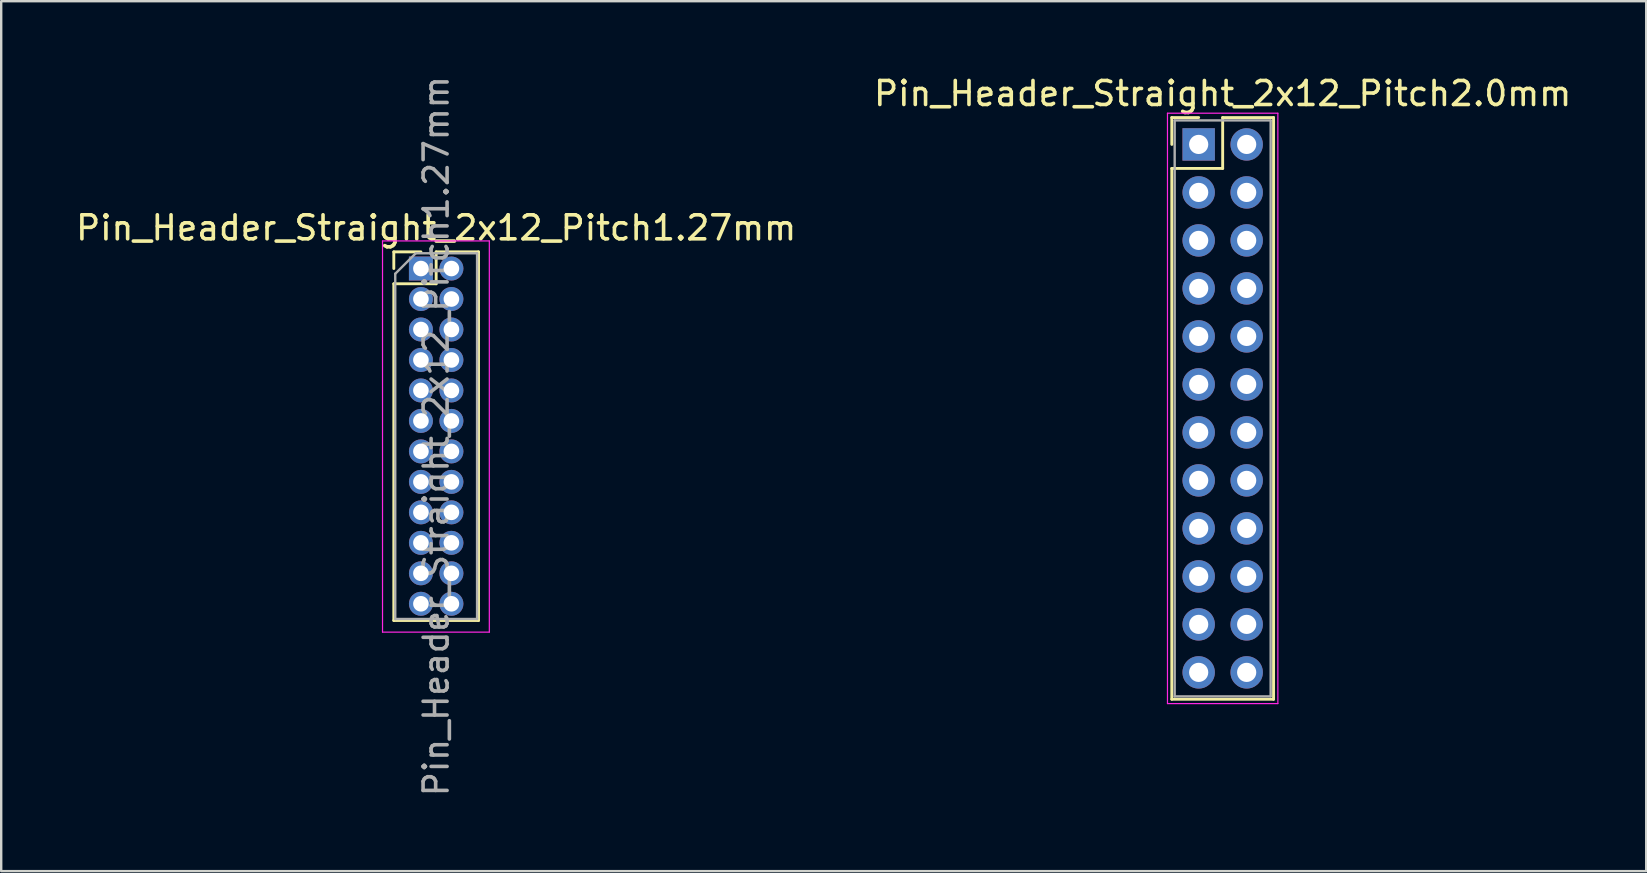
<source format=kicad_pcb>
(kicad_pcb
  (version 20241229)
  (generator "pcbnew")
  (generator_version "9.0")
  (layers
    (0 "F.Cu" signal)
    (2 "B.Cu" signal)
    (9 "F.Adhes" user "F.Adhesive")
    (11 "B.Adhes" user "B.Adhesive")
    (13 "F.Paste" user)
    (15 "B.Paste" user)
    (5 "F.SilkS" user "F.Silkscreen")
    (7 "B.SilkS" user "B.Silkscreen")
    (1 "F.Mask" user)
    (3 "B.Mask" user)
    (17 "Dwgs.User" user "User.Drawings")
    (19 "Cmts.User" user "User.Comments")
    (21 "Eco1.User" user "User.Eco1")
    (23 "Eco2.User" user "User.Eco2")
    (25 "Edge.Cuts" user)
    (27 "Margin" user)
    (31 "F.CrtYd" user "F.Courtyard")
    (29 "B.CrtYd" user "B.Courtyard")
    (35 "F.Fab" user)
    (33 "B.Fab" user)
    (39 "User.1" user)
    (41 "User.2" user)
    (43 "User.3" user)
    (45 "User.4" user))
  (footprint "Pin_Header_Straight_2x12_Pitch2.0mm"
    (layer "F.Cu")
    (at 46.899 2.968)
    (property "Reference" "Pin_Header_Straight_2x12_Pitch2.0mm" (at 1 -2.12 0) (layer "F.SilkS") (effects (font (size 1 1) (thickness 0.15))))
    (attr through_hole)
    (fp_line (start -1.12 -1.12) (end 0 -1.12) (stroke (width 0.12) (type solid)) (layer "F.SilkS"))
    (fp_line (start -1.12 0) (end -1.12 -1.12) (stroke (width 0.12) (type solid)) (layer "F.SilkS"))
    (fp_line (start -1.12 1) (end -1.12 23.12) (stroke (width 0.12) (type solid)) (layer "F.SilkS"))
    (fp_line (start -1.12 23.12) (end 3.12 23.12) (stroke (width 0.12) (type solid)) (layer "F.SilkS"))
    (fp_line (start 1 -1.12) (end 1 1) (stroke (width 0.12) (type solid)) (layer "F.SilkS"))
    (fp_line (start 1 1) (end -1.12 1) (stroke (width 0.12) (type solid)) (layer "F.SilkS"))
    (fp_line (start 3.12 -1.12) (end 1 -1.12) (stroke (width 0.12) (type solid)) (layer "F.SilkS"))
    (fp_line (start 3.12 23.12) (end 3.12 -1.12) (stroke (width 0.12) (type solid)) (layer "F.SilkS"))
    (fp_line (start -1.3 -1.3) (end -1.3 23.3) (stroke (width 0.05) (type solid)) (layer "F.CrtYd"))
    (fp_line (start -1.3 23.3) (end 3.3 23.3) (stroke (width 0.05) (type solid)) (layer "F.CrtYd"))
    (fp_line (start 3.3 -1.3) (end -1.3 -1.3) (stroke (width 0.05) (type solid)) (layer "F.CrtYd"))
    (fp_line (start 3.3 23.3) (end 3.3 -1.3) (stroke (width 0.05) (type solid)) (layer "F.CrtYd"))
    (fp_line (start -1 -1) (end -1 23) (stroke (width 0.1) (type solid)) (layer "F.Fab"))
    (fp_line (start -1 23) (end 3 23) (stroke (width 0.1) (type solid)) (layer "F.Fab"))
    (fp_line (start 3 -1) (end -1 -1) (stroke (width 0.1) (type solid)) (layer "F.Fab"))
    (fp_line (start 3 23) (end 3 -1) (stroke (width 0.1) (type solid)) (layer "F.Fab"))
    (pad "1" thru_hole rect (at 0 0) (size 1.35 1.35) (drill 0.8) (layers "*.Cu" "*.Mask"))
    (pad "2" thru_hole oval (at 2 0) (size 1.35 1.35) (drill 0.8) (layers "*.Cu" "*.Mask"))
    (pad "3" thru_hole oval (at 0 2) (size 1.35 1.35) (drill 0.8) (layers "*.Cu" "*.Mask"))
    (pad "4" thru_hole oval (at 2 2) (size 1.35 1.35) (drill 0.8) (layers "*.Cu" "*.Mask"))
    (pad "5" thru_hole oval (at 0 4) (size 1.35 1.35) (drill 0.8) (layers "*.Cu" "*.Mask"))
    (pad "6" thru_hole oval (at 2 4) (size 1.35 1.35) (drill 0.8) (layers "*.Cu" "*.Mask"))
    (pad "7" thru_hole oval (at 0 6) (size 1.35 1.35) (drill 0.8) (layers "*.Cu" "*.Mask"))
    (pad "8" thru_hole oval (at 2 6) (size 1.35 1.35) (drill 0.8) (layers "*.Cu" "*.Mask"))
    (pad "9" thru_hole oval (at 0 8) (size 1.35 1.35) (drill 0.8) (layers "*.Cu" "*.Mask"))
    (pad "10" thru_hole oval (at 2 8) (size 1.35 1.35) (drill 0.8) (layers "*.Cu" "*.Mask"))
    (pad "11" thru_hole oval (at 0 10) (size 1.35 1.35) (drill 0.8) (layers "*.Cu" "*.Mask"))
    (pad "12" thru_hole oval (at 2 10) (size 1.35 1.35) (drill 0.8) (layers "*.Cu" "*.Mask"))
    (pad "13" thru_hole oval (at 0 12) (size 1.35 1.35) (drill 0.8) (layers "*.Cu" "*.Mask"))
    (pad "14" thru_hole oval (at 2 12) (size 1.35 1.35) (drill 0.8) (layers "*.Cu" "*.Mask"))
    (pad "15" thru_hole oval (at 0 14) (size 1.35 1.35) (drill 0.8) (layers "*.Cu" "*.Mask"))
    (pad "16" thru_hole oval (at 2 14) (size 1.35 1.35) (drill 0.8) (layers "*.Cu" "*.Mask"))
    (pad "17" thru_hole oval (at 0 16) (size 1.35 1.35) (drill 0.8) (layers "*.Cu" "*.Mask"))
    (pad "18" thru_hole oval (at 2 16) (size 1.35 1.35) (drill 0.8) (layers "*.Cu" "*.Mask"))
    (pad "19" thru_hole oval (at 0 18) (size 1.35 1.35) (drill 0.8) (layers "*.Cu" "*.Mask"))
    (pad "20" thru_hole oval (at 2 18) (size 1.35 1.35) (drill 0.8) (layers "*.Cu" "*.Mask"))
    (pad "21" thru_hole oval (at 0 20) (size 1.35 1.35) (drill 0.8) (layers "*.Cu" "*.Mask"))
    (pad "22" thru_hole oval (at 2 20) (size 1.35 1.35) (drill 0.8) (layers "*.Cu" "*.Mask"))
    (pad "23" thru_hole oval (at 0 22) (size 1.35 1.35) (drill 0.8) (layers "*.Cu" "*.Mask"))
    (pad "24" thru_hole oval (at 2 22) (size 1.35 1.35) (drill 0.8) (layers "*.Cu" "*.Mask")))
  (footprint "Pin_Header_Straight_2x12_Pitch1.27mm"
    (layer "F.Cu")
    (at 14.49 8.14)
    (property "Reference" "Pin_Header_Straight_2x12_Pitch1.27mm" (at 0.635 -1.695 0) (layer "F.SilkS") (effects (font (size 1 1) (thickness 0.15))))
    (attr through_hole)
    (fp_line (start -1.13 -0.695) (end 0 -0.695) (stroke (width 0.12) (type solid)) (layer "F.SilkS"))
    (fp_line (start -1.13 0) (end -1.13 -0.695) (stroke (width 0.12) (type solid)) (layer "F.SilkS"))
    (fp_line (start -1.13 0.635) (end -1.13 14.665) (stroke (width 0.12) (type solid)) (layer "F.SilkS"))
    (fp_line (start -1.13 14.665) (end 2.4 14.665) (stroke (width 0.12) (type solid)) (layer "F.SilkS"))
    (fp_line (start 0.635 -0.695) (end 0.635 0.635) (stroke (width 0.12) (type solid)) (layer "F.SilkS"))
    (fp_line (start 0.635 0.635) (end -1.13 0.635) (stroke (width 0.12) (type solid)) (layer "F.SilkS"))
    (fp_line (start 2.4 -0.695) (end 0.635 -0.695) (stroke (width 0.12) (type solid)) (layer "F.SilkS"))
    (fp_line (start 2.4 14.665) (end 2.4 -0.695) (stroke (width 0.12) (type solid)) (layer "F.SilkS"))
    (fp_line (start -1.6 -1.15) (end -1.6 15.15) (stroke (width 0.05) (type solid)) (layer "F.CrtYd"))
    (fp_line (start -1.6 15.15) (end 2.85 15.15) (stroke (width 0.05) (type solid)) (layer "F.CrtYd"))
    (fp_line (start 2.85 -1.15) (end -1.6 -1.15) (stroke (width 0.05) (type solid)) (layer "F.CrtYd"))
    (fp_line (start 2.85 15.15) (end 2.85 -1.15) (stroke (width 0.05) (type solid)) (layer "F.CrtYd"))
    (fp_line (start -1.07 0.217) (end -0.217 -0.635) (stroke (width 0.1) (type solid)) (layer "F.Fab"))
    (fp_line (start -1.07 14.605) (end -1.07 0.217) (stroke (width 0.1) (type solid)) (layer "F.Fab"))
    (fp_line (start -0.217 -0.635) (end 2.34 -0.635) (stroke (width 0.1) (type solid)) (layer "F.Fab"))
    (fp_line (start 2.34 -0.635) (end 2.34 14.605) (stroke (width 0.1) (type solid)) (layer "F.Fab"))
    (fp_line (start 2.34 14.605) (end -1.07 14.605) (stroke (width 0.1) (type solid)) (layer "F.Fab"))
    (fp_text user "${REFERENCE}" (at 0.635 6.985 90) (layer "F.Fab") (effects (font (size 1 1) (thickness 0.15))))
    (pad "1" thru_hole rect (at 0 0) (size 1 1) (drill 0.65) (layers "*.Cu" "*.Mask"))
    (pad "2" thru_hole oval (at 1.27 0) (size 1 1) (drill 0.65) (layers "*.Cu" "*.Mask"))
    (pad "3" thru_hole oval (at 0 1.27) (size 1 1) (drill 0.65) (layers "*.Cu" "*.Mask"))
    (pad "4" thru_hole oval (at 1.27 1.27) (size 1 1) (drill 0.65) (layers "*.Cu" "*.Mask"))
    (pad "5" thru_hole oval (at 0 2.54) (size 1 1) (drill 0.65) (layers "*.Cu" "*.Mask"))
    (pad "6" thru_hole oval (at 1.27 2.54) (size 1 1) (drill 0.65) (layers "*.Cu" "*.Mask"))
    (pad "7" thru_hole oval (at 0 3.81) (size 1 1) (drill 0.65) (layers "*.Cu" "*.Mask"))
    (pad "8" thru_hole oval (at 1.27 3.81) (size 1 1) (drill 0.65) (layers "*.Cu" "*.Mask"))
    (pad "9" thru_hole oval (at 0 5.08) (size 1 1) (drill 0.65) (layers "*.Cu" "*.Mask"))
    (pad "10" thru_hole oval (at 1.27 5.08) (size 1 1) (drill 0.65) (layers "*.Cu" "*.Mask"))
    (pad "11" thru_hole oval (at 0 6.35) (size 1 1) (drill 0.65) (layers "*.Cu" "*.Mask"))
    (pad "12" thru_hole oval (at 1.27 6.35) (size 1 1) (drill 0.65) (layers "*.Cu" "*.Mask"))
    (pad "13" thru_hole oval (at 0 7.62) (size 1 1) (drill 0.65) (layers "*.Cu" "*.Mask"))
    (pad "14" thru_hole oval (at 1.27 7.62) (size 1 1) (drill 0.65) (layers "*.Cu" "*.Mask"))
    (pad "15" thru_hole oval (at 0 8.89) (size 1 1) (drill 0.65) (layers "*.Cu" "*.Mask"))
    (pad "16" thru_hole oval (at 1.27 8.89) (size 1 1) (drill 0.65) (layers "*.Cu" "*.Mask"))
    (pad "17" thru_hole oval (at 0 10.16) (size 1 1) (drill 0.65) (layers "*.Cu" "*.Mask"))
    (pad "18" thru_hole oval (at 1.27 10.16) (size 1 1) (drill 0.65) (layers "*.Cu" "*.Mask"))
    (pad "19" thru_hole oval (at 0 11.43) (size 1 1) (drill 0.65) (layers "*.Cu" "*.Mask"))
    (pad "20" thru_hole oval (at 1.27 11.43) (size 1 1) (drill 0.65) (layers "*.Cu" "*.Mask"))
    (pad "21" thru_hole oval (at 0 12.7) (size 1 1) (drill 0.65) (layers "*.Cu" "*.Mask"))
    (pad "22" thru_hole oval (at 1.27 12.7) (size 1 1) (drill 0.65) (layers "*.Cu" "*.Mask"))
    (pad "23" thru_hole oval (at 0 13.97) (size 1 1) (drill 0.65) (layers "*.Cu" "*.Mask"))
    (pad "24" thru_hole oval (at 1.27 13.97) (size 1 1) (drill 0.65) (layers "*.Cu" "*.Mask")))
  (gr_rect
    (start -3 -3)
    (end 65.548 33.25)
    (stroke (width 0.1) (type default))
    (fill no)
    (layer "Edge.Cuts")))
</source>
